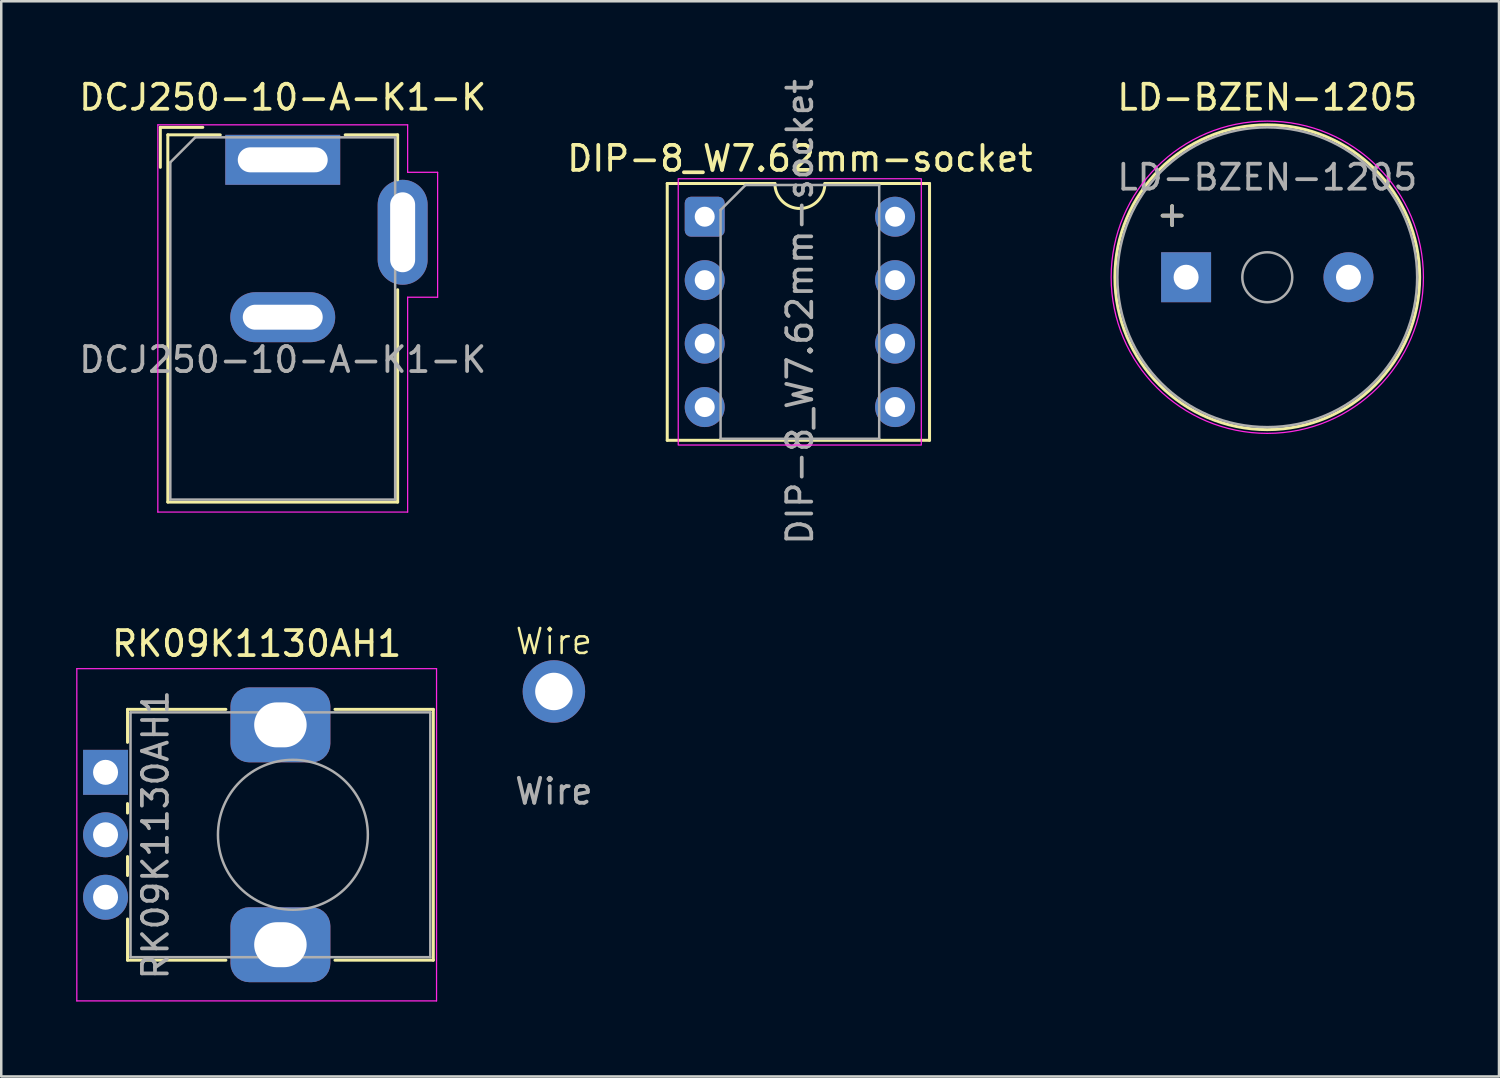
<source format=kicad_pcb>
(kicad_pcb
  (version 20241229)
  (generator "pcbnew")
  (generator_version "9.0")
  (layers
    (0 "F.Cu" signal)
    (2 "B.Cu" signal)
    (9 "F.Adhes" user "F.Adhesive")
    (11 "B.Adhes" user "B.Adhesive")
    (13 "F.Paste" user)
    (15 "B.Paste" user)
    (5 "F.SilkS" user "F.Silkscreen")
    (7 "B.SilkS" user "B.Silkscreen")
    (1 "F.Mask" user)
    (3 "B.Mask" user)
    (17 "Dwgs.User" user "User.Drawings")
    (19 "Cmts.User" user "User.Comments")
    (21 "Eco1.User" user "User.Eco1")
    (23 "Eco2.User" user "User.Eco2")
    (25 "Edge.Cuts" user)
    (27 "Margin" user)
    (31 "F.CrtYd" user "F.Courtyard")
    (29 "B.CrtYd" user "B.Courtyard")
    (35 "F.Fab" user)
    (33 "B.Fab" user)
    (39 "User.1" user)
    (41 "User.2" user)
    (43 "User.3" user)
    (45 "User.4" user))
  (footprint "LD-BZEN-1205"
    (layer "F.Cu")
    (at 44.43 8.048)
    (property "Reference" "LD-BZEN-1205" (at 3.25 -7.2 0) (layer "F.SilkS") (effects (font (size 1 1) (thickness 0.15))))
    (attr through_hole)
    (fp_circle (center 3.25 0) (end 9.35 0) (stroke (width 0.12) (type solid)) (fill no) (layer "F.SilkS"))
    (fp_circle (center 3.25 0) (end 9.5 0) (stroke (width 0.05) (type solid)) (fill no) (layer "F.CrtYd"))
    (fp_circle (center 3.25 0) (end 4.25 0) (stroke (width 0.1) (type solid)) (fill no) (layer "F.Fab"))
    (fp_circle (center 3.25 0) (end 9.25 0) (stroke (width 0.1) (type solid)) (fill no) (layer "F.Fab"))
    (fp_text user "+" (at -0.56 -2.54 0) (layer "F.SilkS") (effects (font (size 1 1) (thickness 0.15))))
    (fp_text user "+" (at -0.56 -2.54 0) (layer "F.Fab") (effects (font (size 1 1) (thickness 0.15))))
    (fp_text user "${REFERENCE}" (at 3.25 -4 0) (layer "F.Fab") (effects (font (size 1 1) (thickness 0.15))))
    (pad "1" thru_hole rect (at 0 0) (size 2 2) (drill 1) (layers "*.Cu" "*.Mask"))
    (pad "2" thru_hole circle (at 6.5 0) (size 2 2) (drill 1) (layers "*.Cu" "*.Mask")))
  (footprint "RK09K1130AH1"
    (layer "F.Cu")
    (at 1.175 27.867)
    (property "Reference" "RK09K1130AH1" (at 6.05 -5.15 0) (layer "F.SilkS") (effects (font (size 1 1) (thickness 0.15))))
    (attr through_hole)
    (fp_line (start 0.88 -2.521) (end 0.88 -1.2) (stroke (width 0.12) (type solid)) (layer "F.SilkS"))
    (fp_line (start 0.88 -2.521) (end 4.817 -2.521) (stroke (width 0.12) (type solid)) (layer "F.SilkS"))
    (fp_line (start 0.88 1.25) (end 0.88 1.63) (stroke (width 0.12) (type solid)) (layer "F.SilkS"))
    (fp_line (start 0.88 3.371) (end 0.88 4.13) (stroke (width 0.12) (type solid)) (layer "F.SilkS"))
    (fp_line (start 0.88 5.87) (end 0.88 7.52) (stroke (width 0.12) (type solid)) (layer "F.SilkS"))
    (fp_line (start 0.88 7.52) (end 4.817 7.52) (stroke (width 0.12) (type solid)) (layer "F.SilkS"))
    (fp_line (start 9.184 -2.521) (end 13.12 -2.521) (stroke (width 0.12) (type solid)) (layer "F.SilkS"))
    (fp_line (start 9.184 7.52) (end 13.12 7.52) (stroke (width 0.12) (type solid)) (layer "F.SilkS"))
    (fp_line (start 13.12 -2.521) (end 13.12 7.52) (stroke (width 0.12) (type solid)) (layer "F.SilkS"))
    (fp_line (start -1.15 -4.15) (end -1.15 9.15) (stroke (width 0.05) (type solid)) (layer "F.CrtYd"))
    (fp_line (start -1.15 9.15) (end 13.25 9.15) (stroke (width 0.05) (type solid)) (layer "F.CrtYd"))
    (fp_line (start 13.25 -4.15) (end -1.15 -4.15) (stroke (width 0.05) (type solid)) (layer "F.CrtYd"))
    (fp_line (start 13.25 9.15) (end 13.25 -4.15) (stroke (width 0.05) (type solid)) (layer "F.CrtYd"))
    (fp_line (start 1 -2.4) (end 1 7.4) (stroke (width 0.1) (type solid)) (layer "F.Fab"))
    (fp_line (start 1 7.4) (end 13 7.4) (stroke (width 0.1) (type solid)) (layer "F.Fab"))
    (fp_line (start 13 -2.4) (end 1 -2.4) (stroke (width 0.1) (type solid)) (layer "F.Fab"))
    (fp_line (start 13 7.4) (end 13 -2.4) (stroke (width 0.1) (type solid)) (layer "F.Fab"))
    (fp_circle (center 7.5 2.5) (end 10.5 2.5) (stroke (width 0.1) (type solid)) (fill no) (layer "F.Fab"))
    (fp_text user "${REFERENCE}" (at 2 2.5 90) (layer "F.Fab") (effects (font (size 1 1) (thickness 0.15))))
    (pad "1" thru_hole rect (at 0 0) (size 1.8 1.8) (drill 1) (layers "*.Cu" "*.Mask"))
    (pad "2" thru_hole circle (at 0 2.5) (size 1.8 1.8) (drill 1) (layers "*.Cu" "*.Mask"))
    (pad "3" thru_hole circle (at 0 5) (size 1.8 1.8) (drill 1) (layers "*.Cu" "*.Mask"))
    (pad "MP" thru_hole roundrect (at 7 -1.9) (size 4 3) (drill oval 2.1 1.8) (layers "*.Cu" "*.Mask") (roundrect_rratio 0.25))
    (pad "MP" thru_hole roundrect (at 7 6.9) (size 4 3) (drill oval 2.1 1.8) (layers "*.Cu" "*.Mask") (roundrect_rratio 0.25)))
  (footprint "DIP-8_W7.62mm-socket"
    (layer "F.Cu")
    (at 25.16 5.625)
    (property "Reference" "DIP-8_W7.62mm-socket" (at 3.81 -2.33 0) (layer "F.SilkS") (effects (font (size 1 1) (thickness 0.15))))
    (attr through_hole)
    (fp_line (start -1.5 -1.33) (end -1.5 8.95) (stroke (width 0.12) (type solid)) (layer "F.SilkS"))
    (fp_line (start -1.5 8.95) (end 9 8.95) (stroke (width 0.12) (type solid)) (layer "F.SilkS"))
    (fp_line (start 2.81 -1.33) (end -1.5 -1.33) (stroke (width 0.12) (type solid)) (layer "F.SilkS"))
    (fp_line (start 9 -1.33) (end 4.81 -1.33) (stroke (width 0.12) (type solid)) (layer "F.SilkS"))
    (fp_line (start 9 8.95) (end 9 -1.33) (stroke (width 0.12) (type solid)) (layer "F.SilkS"))
    (fp_arc (start 4.81 -1.33) (mid 3.81 -0.33) (end 2.81 -1.33) (stroke (width 0.12) (type solid)) (layer "F.SilkS"))
    (fp_rect (start -1.06 -1.52) (end 8.67 9.14) (stroke (width 0.05) (type solid)) (fill no) (layer "F.CrtYd"))
    (fp_line (start 0.635 -0.27) (end 1.635 -1.27) (stroke (width 0.1) (type solid)) (layer "F.Fab"))
    (fp_line (start 0.635 8.89) (end 0.635 -0.27) (stroke (width 0.1) (type solid)) (layer "F.Fab"))
    (fp_line (start 1.635 -1.27) (end 6.985 -1.27) (stroke (width 0.1) (type solid)) (layer "F.Fab"))
    (fp_line (start 6.985 -1.27) (end 6.985 8.89) (stroke (width 0.1) (type solid)) (layer "F.Fab"))
    (fp_line (start 6.985 8.89) (end 0.635 8.89) (stroke (width 0.1) (type solid)) (layer "F.Fab"))
    (fp_text user "${REFERENCE}" (at 3.81 3.81 90) (layer "F.Fab") (effects (font (size 1 1) (thickness 0.15))))
    (pad "1" thru_hole roundrect (at 0 0) (size 1.6 1.6) (drill 0.8) (layers "*.Cu" "*.Mask") (roundrect_rratio 0.156))
    (pad "2" thru_hole circle (at 0 2.54) (size 1.6 1.6) (drill 0.8) (layers "*.Cu" "*.Mask"))
    (pad "3" thru_hole circle (at 0 5.08) (size 1.6 1.6) (drill 0.8) (layers "*.Cu" "*.Mask"))
    (pad "4" thru_hole circle (at 0 7.62) (size 1.6 1.6) (drill 0.8) (layers "*.Cu" "*.Mask"))
    (pad "5" thru_hole circle (at 7.62 7.62) (size 1.6 1.6) (drill 0.8) (layers "*.Cu" "*.Mask"))
    (pad "6" thru_hole circle (at 7.62 5.08) (size 1.6 1.6) (drill 0.8) (layers "*.Cu" "*.Mask"))
    (pad "7" thru_hole circle (at 7.62 2.54) (size 1.6 1.6) (drill 0.8) (layers "*.Cu" "*.Mask"))
    (pad "8" thru_hole circle (at 7.62 0) (size 1.6 1.6) (drill 0.8) (layers "*.Cu" "*.Mask")))
  (footprint "Wire"
    (layer "F.Cu")
    (at 19.123 24.63)
    (property "Reference" "Wire" (at 0 -2 0) (unlocked yes) (layer "F.SilkS") (effects (font (size 1 1) (thickness 0.1))))
    (attr board_only exclude_from_pos_files exclude_from_bom)
    (fp_text user "${REFERENCE}" (at 0 4 0) (unlocked yes) (layer "F.Fab") (effects (font (size 1 1) (thickness 0.15))))
    (pad "1" thru_hole circle (at 0 0) (size 2.5 2.5) (drill 1.5) (layers "*.Cu" "*.Mask")))
  (footprint "DCJ250-10-A-K1-K"
    (layer "F.Cu")
    (at 8.268 3.348)
    (property "Reference" "DCJ250-10-A-K1-K" (at 0 -2.5 0) (layer "F.SilkS") (effects (font (size 1 1) (thickness 0.15))))
    (attr through_hole)
    (fp_line (start -4.9 -1.3) (end -4.9 0.3) (stroke (width 0.12) (type solid)) (layer "F.SilkS"))
    (fp_line (start -4.6 -1) (end -2.5 -1) (stroke (width 0.12) (type solid)) (layer "F.SilkS"))
    (fp_line (start -4.6 13.7) (end -4.6 -1) (stroke (width 0.12) (type solid)) (layer "F.SilkS"))
    (fp_line (start -3.2 -1.3) (end -4.9 -1.3) (stroke (width 0.12) (type solid)) (layer "F.SilkS"))
    (fp_line (start 2.5 -1) (end 4.6 -1) (stroke (width 0.12) (type solid)) (layer "F.SilkS"))
    (fp_line (start 4.6 -1) (end 4.6 0.8) (stroke (width 0.12) (type solid)) (layer "F.SilkS"))
    (fp_line (start 4.6 5.2) (end 4.6 13.7) (stroke (width 0.12) (type solid)) (layer "F.SilkS"))
    (fp_line (start 4.6 13.7) (end -4.6 13.7) (stroke (width 0.12) (type solid)) (layer "F.SilkS"))
    (fp_line (start -5 -1.4) (end -5 14.1) (stroke (width 0.05) (type solid)) (layer "F.CrtYd"))
    (fp_line (start -5 14.1) (end 5 14.1) (stroke (width 0.05) (type solid)) (layer "F.CrtYd"))
    (fp_line (start 5 -1.4) (end -5 -1.4) (stroke (width 0.05) (type solid)) (layer "F.CrtYd"))
    (fp_line (start 5 0.5) (end 5 -1.4) (stroke (width 0.05) (type solid)) (layer "F.CrtYd"))
    (fp_line (start 5 14.1) (end 5 5.5) (stroke (width 0.05) (type solid)) (layer "F.CrtYd"))
    (fp_line (start 6.2 0.5) (end 5 0.5) (stroke (width 0.05) (type solid)) (layer "F.CrtYd"))
    (fp_line (start 6.2 0.5) (end 6.2 5.5) (stroke (width 0.05) (type solid)) (layer "F.CrtYd"))
    (fp_line (start 6.2 5.5) (end 5 5.5) (stroke (width 0.05) (type solid)) (layer "F.CrtYd"))
    (fp_line (start -4.5 0.1) (end -3.5 -0.9) (stroke (width 0.1) (type solid)) (layer "F.Fab"))
    (fp_line (start -4.5 13.6) (end -4.5 0.1) (stroke (width 0.1) (type solid)) (layer "F.Fab"))
    (fp_line (start 4.5 -0.9) (end -3.5 -0.9) (stroke (width 0.1) (type solid)) (layer "F.Fab"))
    (fp_line (start 4.5 -0.9) (end 4.5 13.6) (stroke (width 0.1) (type solid)) (layer "F.Fab"))
    (fp_line (start 4.5 13.6) (end -4.5 13.6) (stroke (width 0.1) (type solid)) (layer "F.Fab"))
    (fp_text user "${REFERENCE}" (at 0 8 0) (layer "F.Fab") (effects (font (size 1 1) (thickness 0.15))))
    (pad "1" thru_hole rect (at 0 0) (size 4.6 2) (drill oval 3.6 1) (layers "*.Cu" "*.Mask"))
    (pad "2" thru_hole oval (at 0 6.3) (size 4.2 2) (drill oval 3.2 1) (layers "*.Cu" "*.Mask"))
    (pad "3" thru_hole oval (at 4.8 2.9 90) (size 4.2 2) (drill oval 3.2 1) (layers "*.Cu" "*.Mask")))
  (gr_rect
    (start -3 -3)
    (end 56.955 40.042)
    (stroke (width 0.1) (type default))
    (fill no)
    (layer "Edge.Cuts")))
</source>
